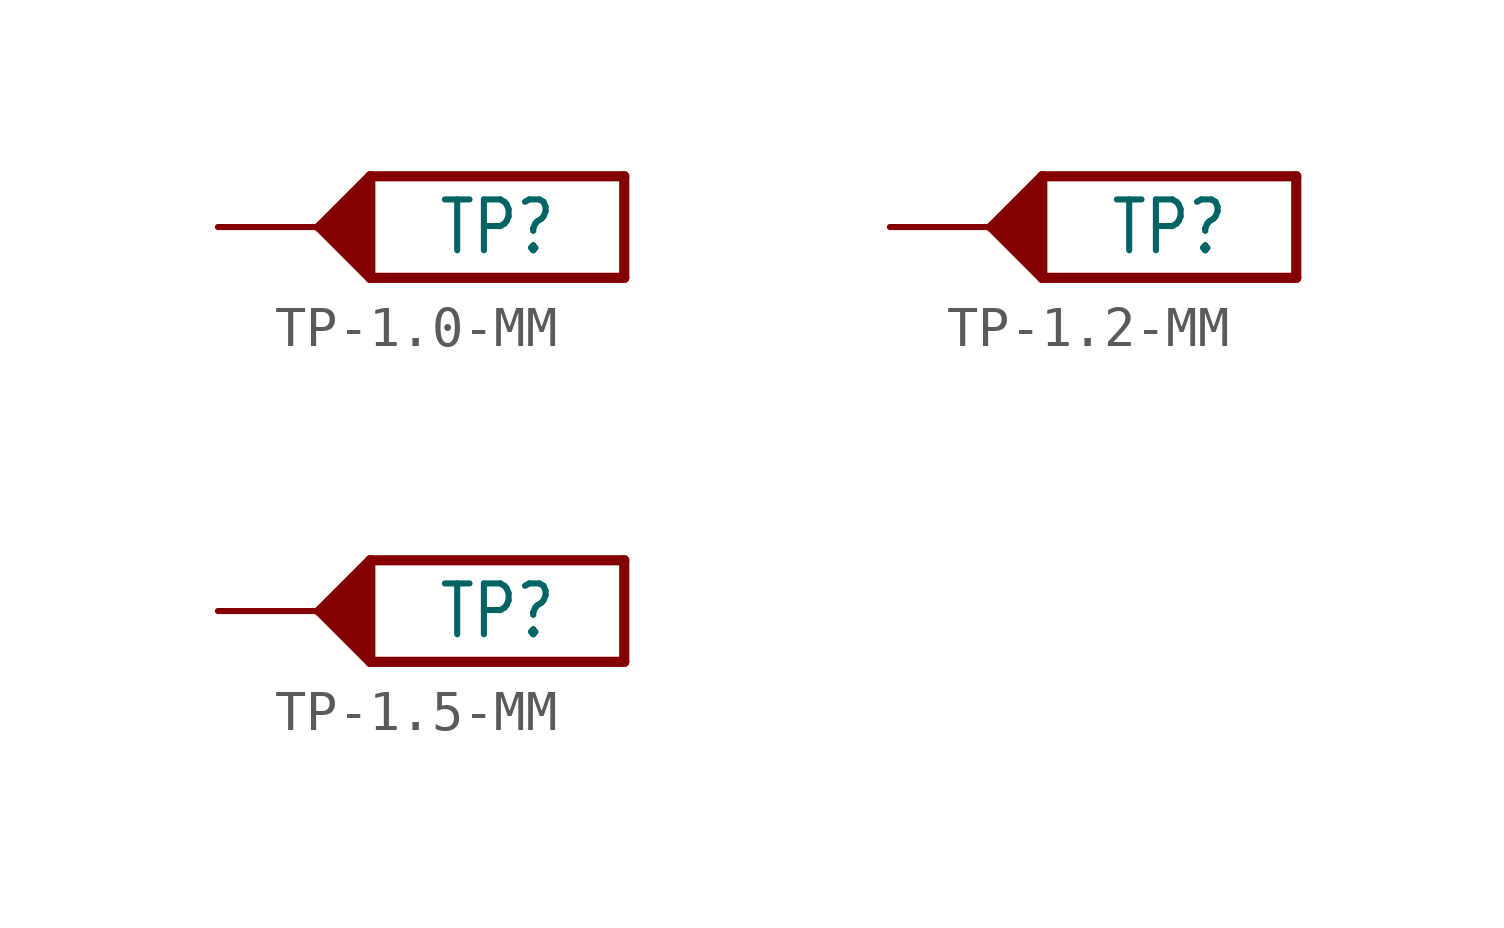
<source format=kicad_sym>
(kicad_symbol_lib
  (version 20231120)
  (generator "kicad_symbol_editor")
  (generator_version "8.0")
  (symbol "TP-1.0-MM"
    (property "Reference" "TP"
      (at 6.985 0 0)
      (effects (font (size 1.27 1.079))))
    (property "ki_locked" ""
      (at 0 0 0)
      (effects (font (size 1.27 1.27))))
    (symbol "TP-1.0-MM_1_0"
      (polyline (pts (xy 2.54 0) (xy 3.81 1.27)) (stroke (width 0.254) (type solid)) (fill (type none)))
      (polyline (pts (xy 2.794 -0.127) (xy 2.794 0.127)) (stroke (width 0.254) (type solid)) (fill (type none)))
      (polyline (pts (xy 2.921 0.254) (xy 2.921 -0.254)) (stroke (width 0.254) (type solid)) (fill (type none)))
      (polyline (pts (xy 3.048 0.381) (xy 3.048 -0.381)) (stroke (width 0.254) (type solid)) (fill (type none)))
      (polyline (pts (xy 3.175 0.508) (xy 3.175 -0.508)) (stroke (width 0.254) (type solid)) (fill (type none)))
      (polyline (pts (xy 3.302 0.635) (xy 3.302 -0.635)) (stroke (width 0.254) (type solid)) (fill (type none)))
      (polyline (pts (xy 3.429 0.762) (xy 3.429 -0.762)) (stroke (width 0.254) (type solid)) (fill (type none)))
      (polyline (pts (xy 3.556 0.889) (xy 3.556 -0.889)) (stroke (width 0.254) (type solid)) (fill (type none)))
      (polyline (pts (xy 3.683 1.016) (xy 3.683 -1.016)) (stroke (width 0.254) (type solid)) (fill (type none)))
      (polyline (pts (xy 3.81 -1.27) (xy 2.54 0)) (stroke (width 0.254) (type solid)) (fill (type none)))
      (polyline (pts (xy 3.81 1.27) (xy 3.81 -1.27)) (stroke (width 0.254) (type solid)) (fill (type none)))
      (polyline (pts (xy 3.81 1.27) (xy 10.16 1.27)) (stroke (width 0.254) (type solid)) (fill (type none)))
      (polyline (pts (xy 10.16 -1.27) (xy 3.81 -1.27)) (stroke (width 0.254) (type solid)) (fill (type none)))
      (polyline (pts (xy 10.16 1.27) (xy 10.16 -1.27)) (stroke (width 0.254) (type solid)) (fill (type none)))
      (pin passive line (at 0 0 0) (length 2.54) (name "0" (effects (font (size 0 0)))) (number "0" (effects (font (size 0 0)))))))
  (symbol "TP-1.2-MM"
    (property "Reference" "TP"
      (at 6.985 0 0)
      (effects (font (size 1.27 1.079))))
    (property "ki_locked" ""
      (at 0 0 0)
      (effects (font (size 1.27 1.27))))
    (symbol "TP-1.2-MM_1_0"
      (polyline (pts (xy 2.54 0) (xy 3.81 1.27)) (stroke (width 0.254) (type solid)) (fill (type none)))
      (polyline (pts (xy 2.794 -0.127) (xy 2.794 0.127)) (stroke (width 0.254) (type solid)) (fill (type none)))
      (polyline (pts (xy 2.921 0.254) (xy 2.921 -0.254)) (stroke (width 0.254) (type solid)) (fill (type none)))
      (polyline (pts (xy 3.048 0.381) (xy 3.048 -0.381)) (stroke (width 0.254) (type solid)) (fill (type none)))
      (polyline (pts (xy 3.175 0.508) (xy 3.175 -0.508)) (stroke (width 0.254) (type solid)) (fill (type none)))
      (polyline (pts (xy 3.302 0.635) (xy 3.302 -0.635)) (stroke (width 0.254) (type solid)) (fill (type none)))
      (polyline (pts (xy 3.429 0.762) (xy 3.429 -0.762)) (stroke (width 0.254) (type solid)) (fill (type none)))
      (polyline (pts (xy 3.556 0.889) (xy 3.556 -0.889)) (stroke (width 0.254) (type solid)) (fill (type none)))
      (polyline (pts (xy 3.683 1.016) (xy 3.683 -1.016)) (stroke (width 0.254) (type solid)) (fill (type none)))
      (polyline (pts (xy 3.81 -1.27) (xy 2.54 0)) (stroke (width 0.254) (type solid)) (fill (type none)))
      (polyline (pts (xy 3.81 1.27) (xy 3.81 -1.27)) (stroke (width 0.254) (type solid)) (fill (type none)))
      (polyline (pts (xy 3.81 1.27) (xy 10.16 1.27)) (stroke (width 0.254) (type solid)) (fill (type none)))
      (polyline (pts (xy 10.16 -1.27) (xy 3.81 -1.27)) (stroke (width 0.254) (type solid)) (fill (type none)))
      (polyline (pts (xy 10.16 1.27) (xy 10.16 -1.27)) (stroke (width 0.254) (type solid)) (fill (type none)))
      (pin passive line (at 0 0 0) (length 2.54) (name "0" (effects (font (size 0 0)))) (number "0" (effects (font (size 0 0)))))))
  (symbol "TP-1.5-MM"
    (property "Reference" "TP"
      (at 6.985 0 0)
      (effects (font (size 1.27 1.079))))
    (property "ki_locked" ""
      (at 0 0 0)
      (effects (font (size 1.27 1.27))))
    (symbol "TP-1.5-MM_1_0"
      (polyline (pts (xy 2.54 0) (xy 3.81 1.27)) (stroke (width 0.254) (type solid)) (fill (type none)))
      (polyline (pts (xy 2.794 -0.127) (xy 2.794 0.127)) (stroke (width 0.254) (type solid)) (fill (type none)))
      (polyline (pts (xy 2.921 0.254) (xy 2.921 -0.254)) (stroke (width 0.254) (type solid)) (fill (type none)))
      (polyline (pts (xy 3.048 0.381) (xy 3.048 -0.381)) (stroke (width 0.254) (type solid)) (fill (type none)))
      (polyline (pts (xy 3.175 0.508) (xy 3.175 -0.508)) (stroke (width 0.254) (type solid)) (fill (type none)))
      (polyline (pts (xy 3.302 0.635) (xy 3.302 -0.635)) (stroke (width 0.254) (type solid)) (fill (type none)))
      (polyline (pts (xy 3.429 0.762) (xy 3.429 -0.762)) (stroke (width 0.254) (type solid)) (fill (type none)))
      (polyline (pts (xy 3.556 0.889) (xy 3.556 -0.889)) (stroke (width 0.254) (type solid)) (fill (type none)))
      (polyline (pts (xy 3.683 1.016) (xy 3.683 -1.016)) (stroke (width 0.254) (type solid)) (fill (type none)))
      (polyline (pts (xy 3.81 -1.27) (xy 2.54 0)) (stroke (width 0.254) (type solid)) (fill (type none)))
      (polyline (pts (xy 3.81 1.27) (xy 3.81 -1.27)) (stroke (width 0.254) (type solid)) (fill (type none)))
      (polyline (pts (xy 3.81 1.27) (xy 10.16 1.27)) (stroke (width 0.254) (type solid)) (fill (type none)))
      (polyline (pts (xy 10.16 -1.27) (xy 3.81 -1.27)) (stroke (width 0.254) (type solid)) (fill (type none)))
      (polyline (pts (xy 10.16 1.27) (xy 10.16 -1.27)) (stroke (width 0.254) (type solid)) (fill (type none)))
      (pin passive line (at 0 0 0) (length 2.54) (name "0" (effects (font (size 0 0)))) (number "0" (effects (font (size 0 0))))))))
</source>
